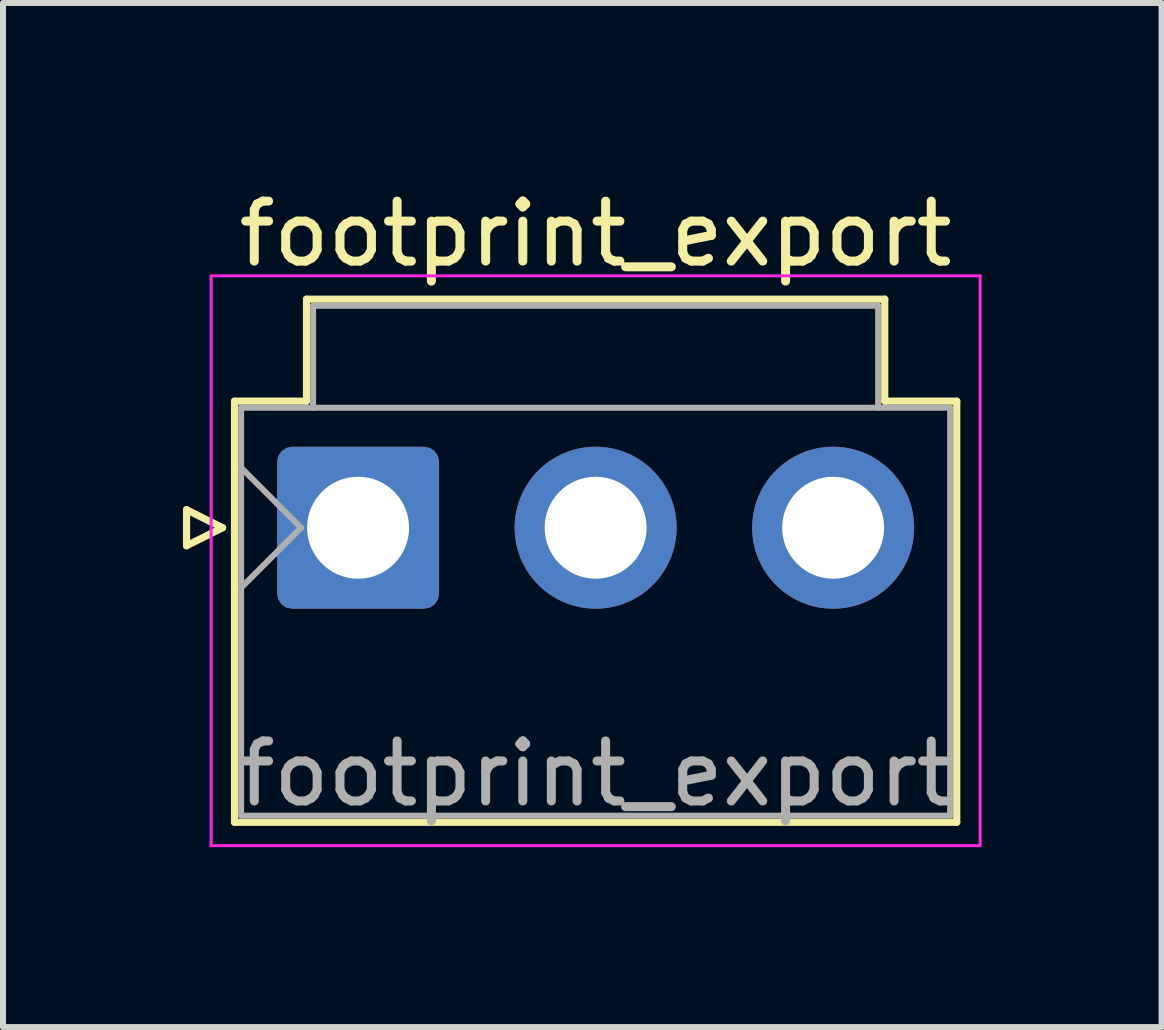
<source format=kicad_pcb>
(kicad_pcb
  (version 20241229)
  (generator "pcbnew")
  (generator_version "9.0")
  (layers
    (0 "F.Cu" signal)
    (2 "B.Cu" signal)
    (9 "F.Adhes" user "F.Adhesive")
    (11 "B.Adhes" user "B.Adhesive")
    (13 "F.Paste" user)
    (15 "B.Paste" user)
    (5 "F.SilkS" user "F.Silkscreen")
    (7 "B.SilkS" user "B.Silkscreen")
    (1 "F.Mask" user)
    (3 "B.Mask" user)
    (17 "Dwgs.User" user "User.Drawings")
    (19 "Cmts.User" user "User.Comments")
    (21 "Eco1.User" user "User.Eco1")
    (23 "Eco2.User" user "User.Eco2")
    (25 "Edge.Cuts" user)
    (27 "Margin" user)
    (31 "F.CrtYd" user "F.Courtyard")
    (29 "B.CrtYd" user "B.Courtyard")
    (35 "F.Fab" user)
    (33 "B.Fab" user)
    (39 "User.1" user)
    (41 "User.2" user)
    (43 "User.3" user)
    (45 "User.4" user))
  (footprint "footprint_export"
    (layer "F.Cu")
    (at 2.92 5.748)
    (property "Reference" "footprint_export" (at 3.96 -4.9 0) (layer "F.SilkS") (effects (font (size 1 1) (thickness 0.15))))
    (attr through_hole)
    (fp_line (start -2.86 -0.3) (end -2.26 0) (stroke (width 0.12) (type solid)) (layer "F.SilkS"))
    (fp_line (start -2.86 0.3) (end -2.86 -0.3) (stroke (width 0.12) (type solid)) (layer "F.SilkS"))
    (fp_line (start -2.26 0) (end -2.86 0.3) (stroke (width 0.12) (type solid)) (layer "F.SilkS"))
    (fp_line (start -2.06 -2.11) (end -0.86 -2.11) (stroke (width 0.12) (type solid)) (layer "F.SilkS"))
    (fp_line (start -2.06 4.91) (end -2.06 -2.11) (stroke (width 0.12) (type solid)) (layer "F.SilkS"))
    (fp_line (start -0.86 -3.81) (end 8.78 -3.81) (stroke (width 0.12) (type solid)) (layer "F.SilkS"))
    (fp_line (start -0.86 -2.11) (end -0.86 -3.81) (stroke (width 0.12) (type solid)) (layer "F.SilkS"))
    (fp_line (start 8.78 -3.81) (end 8.78 -2.11) (stroke (width 0.12) (type solid)) (layer "F.SilkS"))
    (fp_line (start 8.78 -2.11) (end 9.98 -2.11) (stroke (width 0.12) (type solid)) (layer "F.SilkS"))
    (fp_line (start 9.98 -2.11) (end 9.98 4.91) (stroke (width 0.12) (type solid)) (layer "F.SilkS"))
    (fp_line (start 9.98 4.91) (end -2.06 4.91) (stroke (width 0.12) (type solid)) (layer "F.SilkS"))
    (fp_line (start -2.45 -4.2) (end -2.45 5.3) (stroke (width 0.05) (type solid)) (layer "F.CrtYd"))
    (fp_line (start -2.45 5.3) (end 10.37 5.3) (stroke (width 0.05) (type solid)) (layer "F.CrtYd"))
    (fp_line (start 10.37 -4.2) (end -2.45 -4.2) (stroke (width 0.05) (type solid)) (layer "F.CrtYd"))
    (fp_line (start 10.37 5.3) (end 10.37 -4.2) (stroke (width 0.05) (type solid)) (layer "F.CrtYd"))
    (fp_line (start -1.95 -2) (end -1.95 4.8) (stroke (width 0.1) (type solid)) (layer "F.Fab"))
    (fp_line (start -1.95 -1) (end -0.95 0) (stroke (width 0.1) (type solid)) (layer "F.Fab"))
    (fp_line (start -1.95 1) (end -0.95 0) (stroke (width 0.1) (type solid)) (layer "F.Fab"))
    (fp_line (start -1.95 4.8) (end 9.87 4.8) (stroke (width 0.1) (type solid)) (layer "F.Fab"))
    (fp_line (start -0.75 -3.7) (end 8.67 -3.7) (stroke (width 0.1) (type solid)) (layer "F.Fab"))
    (fp_line (start -0.75 -2) (end -0.75 -3.7) (stroke (width 0.1) (type solid)) (layer "F.Fab"))
    (fp_line (start 8.67 -3.7) (end 8.67 -2) (stroke (width 0.1) (type solid)) (layer "F.Fab"))
    (fp_line (start 9.87 -2) (end -1.95 -2) (stroke (width 0.1) (type solid)) (layer "F.Fab"))
    (fp_line (start 9.87 4.8) (end 9.87 -2) (stroke (width 0.1) (type solid)) (layer "F.Fab"))
    (fp_text user "${REFERENCE}" (at 3.96 4.1 0) (layer "F.Fab") (effects (font (size 1 1) (thickness 0.15))))
    (pad "1" thru_hole roundrect (at 0 0) (size 2.7 2.7) (drill 1.7) (layers "*.Cu" "*.Mask") (roundrect_rratio 0.093))
    (pad "2" thru_hole circle (at 3.96 0) (size 2.7 2.7) (drill 1.7) (layers "*.Cu" "*.Mask"))
    (pad "3" thru_hole circle (at 7.92 0) (size 2.7 2.7) (drill 1.7) (layers "*.Cu" "*.Mask")))
  (gr_rect
    (start -3 -3)
    (end 16.315 14.073)
    (stroke (width 0.1) (type default))
    (fill no)
    (layer "Edge.Cuts")))
</source>
